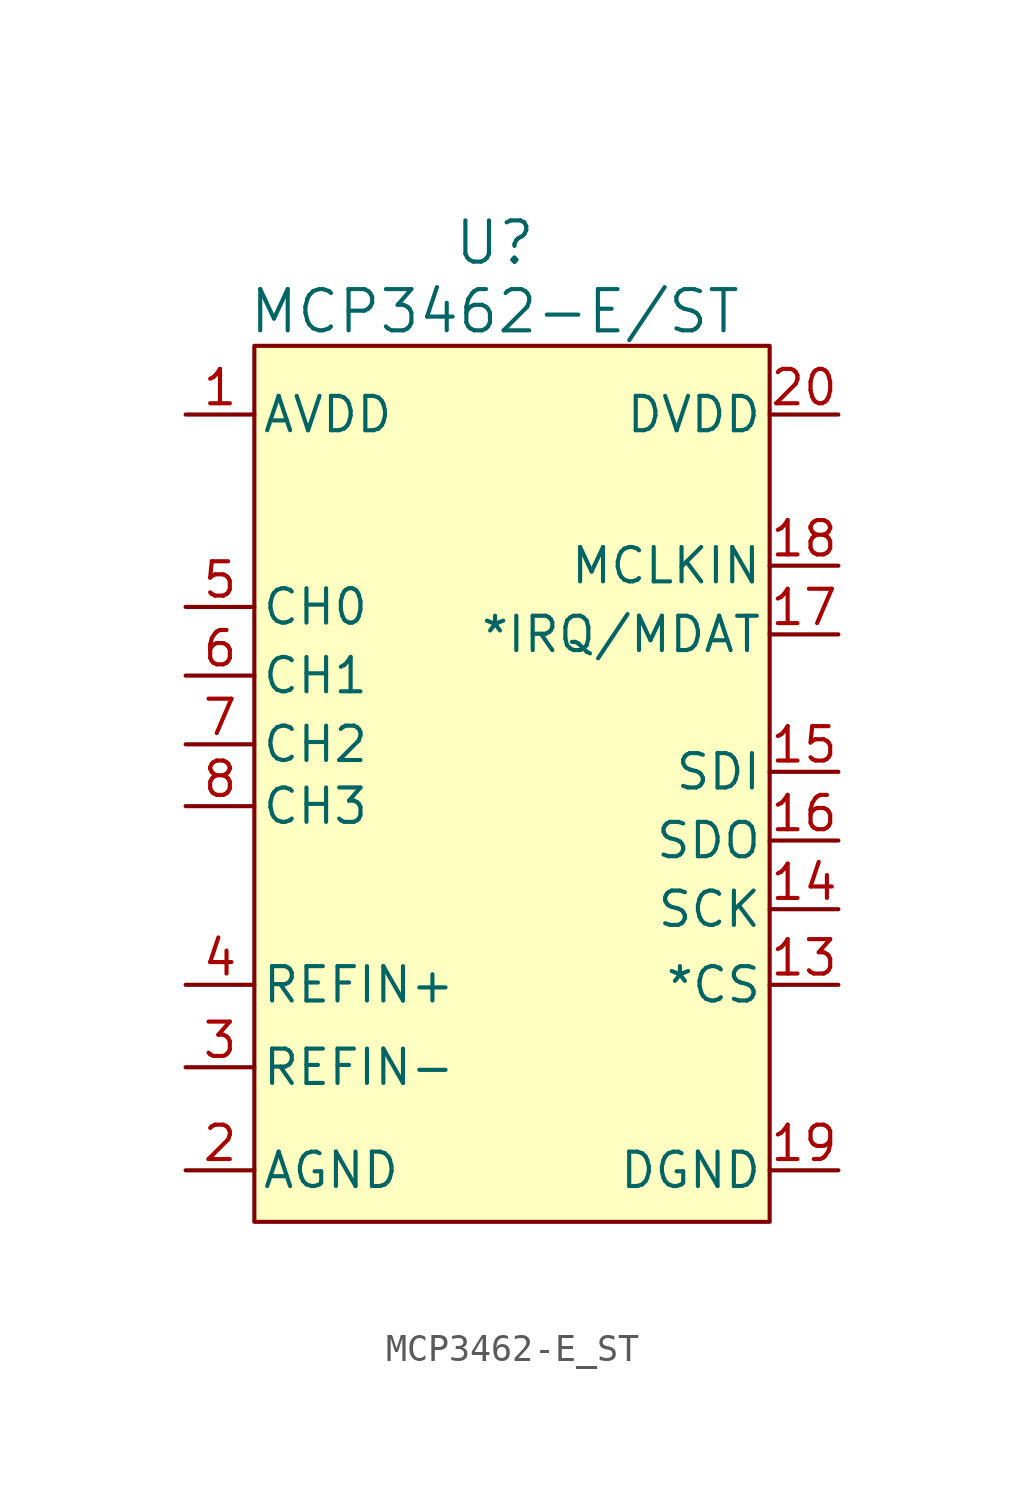
<source format=kicad_sym>
(kicad_symbol_lib
  (version 20211014)
  (generator kicad_symbol_editor)
  (symbol "MCP3462-E_ST"
    (pin_names
      (offset 0.254))
    (property "Reference" "U"
      (at 27.94 10.16 0)
      (effects (font (size 1.524 1.524))))
    (property "Value" "MCP3462-E/ST"
      (at 27.94 7.62 0)
      (effects (font (size 1.524 1.524))))
    (property "ki_locked" ""
      (at 0 0 0)
      (effects (font (size 1.27 1.27))))
    (symbol "MCP3462-E_ST_0_1"
      (rectangle (start 19.05 6.35) (end 38.1 -26.035) (stroke (width 0.152) (type default) (color 0 0 0 0)) (fill (type background)))
      (pin power_in line (at 16.51 3.81 0) (length 2.54) (name "AVDD" (effects (font (size 1.27 1.27)))) (number "1" (effects (font (size 1.27 1.27)))))
      (pin no_connect line (at 31.115 1.27 180) (length 7.62) hide (name "NC" (effects (font (size 1.27 1.27)))) (number "10" (effects (font (size 1.27 1.27)))))
      (pin no_connect line (at 31.115 1.27 180) (length 7.62) hide (name "NC" (effects (font (size 1.27 1.27)))) (number "11" (effects (font (size 1.27 1.27)))))
      (pin no_connect line (at 31.115 1.27 180) (length 7.62) hide (name "NC" (effects (font (size 1.27 1.27)))) (number "12" (effects (font (size 1.27 1.27)))))
      (pin input line (at 40.64 -17.272 180) (length 2.54) (name "*CS" (effects (font (size 1.27 1.27)))) (number "13" (effects (font (size 1.27 1.27)))))
      (pin input line (at 40.64 -14.478 180) (length 2.54) (name "SCK" (effects (font (size 1.27 1.27)))) (number "14" (effects (font (size 1.27 1.27)))))
      (pin input line (at 40.64 -9.398 180) (length 2.54) (name "SDI" (effects (font (size 1.27 1.27)))) (number "15" (effects (font (size 1.27 1.27)))))
      (pin output line (at 40.64 -11.938 180) (length 2.54) (name "SDO" (effects (font (size 1.27 1.27)))) (number "16" (effects (font (size 1.27 1.27)))))
      (pin output line (at 40.64 -4.318 180) (length 2.54) (name "*IRQ/MDAT" (effects (font (size 1.27 1.27)))) (number "17" (effects (font (size 1.27 1.27)))))
      (pin bidirectional line (at 40.64 -1.778 180) (length 2.54) (name "MCLKIN" (effects (font (size 1.27 1.27)))) (number "18" (effects (font (size 1.27 1.27)))))
      (pin power_out line (at 40.64 -24.13 180) (length 2.54) (name "DGND" (effects (font (size 1.27 1.27)))) (number "19" (effects (font (size 1.27 1.27)))))
      (pin power_out line (at 16.51 -24.13 0) (length 2.54) (name "AGND" (effects (font (size 1.27 1.27)))) (number "2" (effects (font (size 1.27 1.27)))))
      (pin power_in line (at 40.64 3.81 180) (length 2.54) (name "DVDD" (effects (font (size 1.27 1.27)))) (number "20" (effects (font (size 1.27 1.27)))))
      (pin input line (at 16.51 -20.32 0) (length 2.54) (name "REFIN-" (effects (font (size 1.27 1.27)))) (number "3" (effects (font (size 1.27 1.27)))))
      (pin input line (at 16.51 -17.272 0) (length 2.54) (name "REFIN+" (effects (font (size 1.27 1.27)))) (number "4" (effects (font (size 1.27 1.27)))))
      (pin input line (at 16.51 -3.302 0) (length 2.54) (name "CH0" (effects (font (size 1.27 1.27)))) (number "5" (effects (font (size 1.27 1.27)))))
      (pin input line (at 16.51 -5.842 0) (length 2.54) (name "CH1" (effects (font (size 1.27 1.27)))) (number "6" (effects (font (size 1.27 1.27)))))
      (pin input line (at 16.51 -8.382 0) (length 2.54) (name "CH2" (effects (font (size 1.27 1.27)))) (number "7" (effects (font (size 1.27 1.27)))))
      (pin input line (at 16.51 -10.668 0) (length 2.54) (name "CH3" (effects (font (size 1.27 1.27)))) (number "8" (effects (font (size 1.27 1.27)))))
      (pin no_connect line (at 31.115 1.27 180) (length 7.62) hide (name "NC" (effects (font (size 1.27 1.27)))) (number "9" (effects (font (size 1.27 1.27))))))))
</source>
